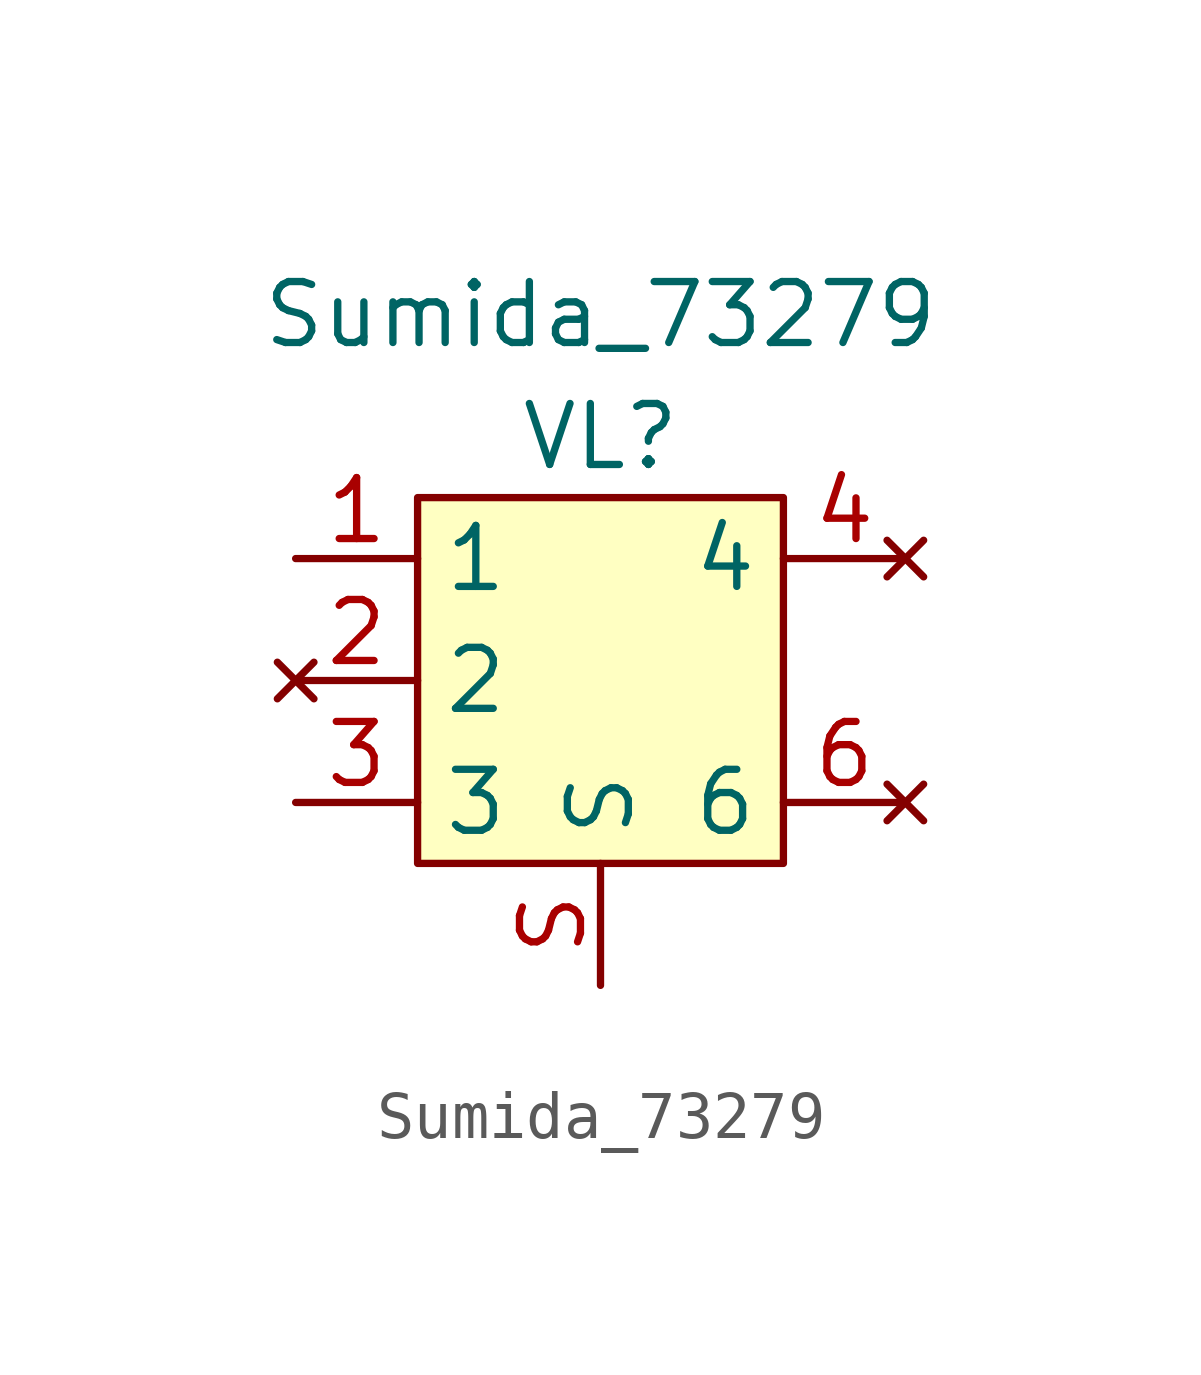
<source format=kicad_sym>
(kicad_symbol_lib
  (version 20211014)
  (generator kicad_symbol_editor)
  (symbol "Sumida_73279"
    (property "Reference" "VL"
      (at 0 5.08 0)
      (effects (font (size 1.27 1.27))))
    (property "Value" "Sumida_73279"
      (at 0 7.62 0)
      (effects (font (size 1.27 1.27))))
    (symbol "Sumida_73279_0_1"
      (rectangle (start -3.81 3.81) (end 3.81 -3.81) (stroke (width 0) (type default) (color 0 0 0 0)) (fill (type background))))
    (symbol "Sumida_73279_1_1"
      (pin bidirectional line (at -6.35 2.54 0) (length 2.54) (name "1" (effects (font (size 1.27 1.27)))) (number "1" (effects (font (size 1.27 1.27)))))
      (pin no_connect line (at -6.35 0 0) (length 2.54) (name "2" (effects (font (size 1.27 1.27)))) (number "2" (effects (font (size 1.27 1.27)))))
      (pin bidirectional line (at -6.35 -2.54 0) (length 2.54) (name "3" (effects (font (size 1.27 1.27)))) (number "3" (effects (font (size 1.27 1.27)))))
      (pin no_connect line (at 6.35 2.54 180) (length 2.54) (name "4" (effects (font (size 1.27 1.27)))) (number "4" (effects (font (size 1.27 1.27)))))
      (pin no_connect line (at 6.35 0 180) (length 2.54) hide (name "5" (effects (font (size 1.27 1.27)))) (number "5" (effects (font (size 1.27 1.27)))))
      (pin no_connect line (at 6.35 -2.54 180) (length 2.54) (name "6" (effects (font (size 1.27 1.27)))) (number "6" (effects (font (size 1.27 1.27)))))
      (pin input line (at 0 -6.35 90) (length 2.54) (name "S" (effects (font (size 1.27 1.27)))) (number "S" (effects (font (size 1.27 1.27))))))))
</source>
